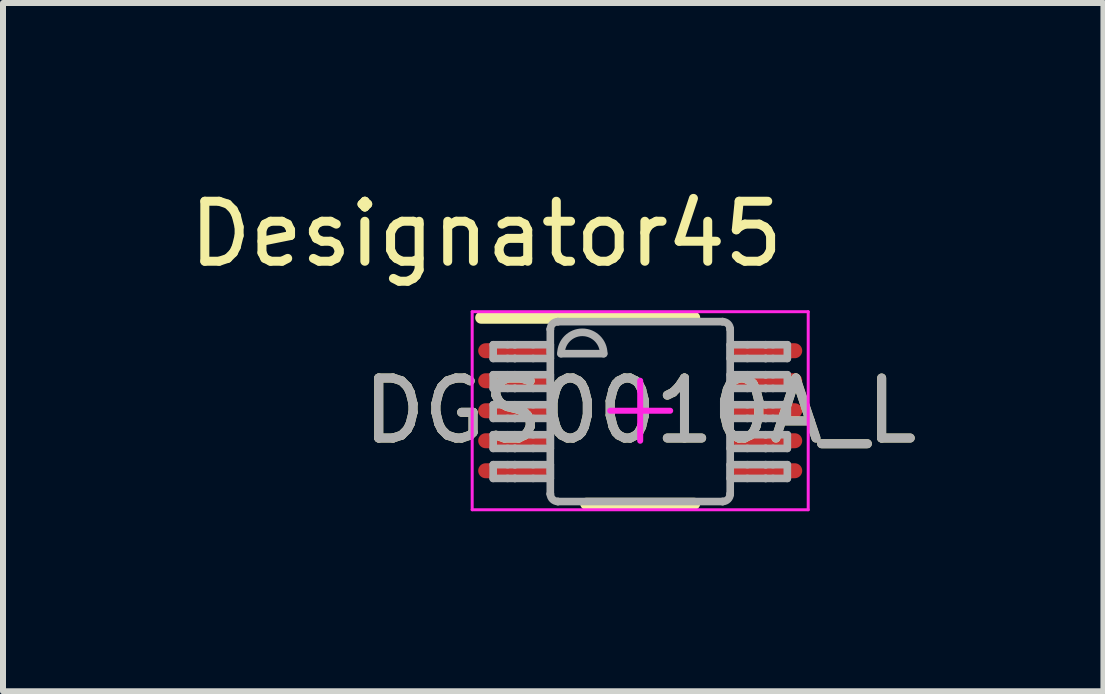
<source format=kicad_pcb>
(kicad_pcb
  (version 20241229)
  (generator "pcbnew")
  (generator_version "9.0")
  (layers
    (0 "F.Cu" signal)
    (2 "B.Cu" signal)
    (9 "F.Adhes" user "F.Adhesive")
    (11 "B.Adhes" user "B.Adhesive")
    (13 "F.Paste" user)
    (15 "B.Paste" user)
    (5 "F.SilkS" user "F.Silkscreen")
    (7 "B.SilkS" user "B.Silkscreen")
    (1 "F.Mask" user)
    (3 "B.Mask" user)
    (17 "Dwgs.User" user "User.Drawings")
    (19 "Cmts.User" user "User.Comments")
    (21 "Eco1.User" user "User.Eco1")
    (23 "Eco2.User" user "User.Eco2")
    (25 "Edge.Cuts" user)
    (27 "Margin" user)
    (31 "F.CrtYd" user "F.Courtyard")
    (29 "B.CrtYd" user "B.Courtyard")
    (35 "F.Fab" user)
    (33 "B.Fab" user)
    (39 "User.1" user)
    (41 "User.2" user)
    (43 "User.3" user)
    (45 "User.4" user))
  (footprint "DGS0010A_L"
    (layer "F.Cu")
    (at 7.619 3.795)
    (property "Reference" "DGS0010A_L" (at 0 0 0) (unlocked yes) (layer "F.SilkS") (effects (font (size 1 1) (thickness 0.15))))
    (attr smd)
    (fp_line (start -2.65 -1.55) (end 0.9 -1.55) (stroke (width 0.2) (type solid)) (layer "F.SilkS"))
    (fp_line (start -0.9 1.55) (end 0.9 1.55) (stroke (width 0.2) (type solid)) (layer "F.SilkS"))
    (fp_line (start -2.8 -1.65) (end 2.8 -1.65) (stroke (width 0.05) (type solid)) (layer "F.CrtYd"))
    (fp_line (start -2.8 1.65) (end -2.8 -1.65) (stroke (width 0.05) (type solid)) (layer "F.CrtYd"))
    (fp_line (start -2.8 1.65) (end 2.8 1.65) (stroke (width 0.05) (type solid)) (layer "F.CrtYd"))
    (fp_line (start -0.5 0.000003) (end 0.5 0.000003) (stroke (width 0.1) (type solid)) (layer "F.CrtYd"))
    (fp_line (start 0 0.5) (end 0 -0.5) (stroke (width 0.1) (type solid)) (layer "F.CrtYd"))
    (fp_line (start 2.8 1.65) (end 2.8 -1.65) (stroke (width 0.05) (type solid)) (layer "F.CrtYd"))
    (fp_line (start -2.45 -1.1) (end -2.21 -1.1) (stroke (width 0.127) (type solid)) (layer "F.Fab"))
    (fp_line (start -2.45 -0.871) (end -2.45 -1.1) (stroke (width 0.127) (type solid)) (layer "F.Fab"))
    (fp_line (start -2.45 -0.871) (end -2.21 -0.871) (stroke (width 0.127) (type solid)) (layer "F.Fab"))
    (fp_line (start -2.45 -0.6) (end -2.21 -0.6) (stroke (width 0.127) (type solid)) (layer "F.Fab"))
    (fp_line (start -2.45 -0.372) (end -2.45 -0.6) (stroke (width 0.127) (type solid)) (layer "F.Fab"))
    (fp_line (start -2.45 -0.372) (end -2.21 -0.372) (stroke (width 0.127) (type solid)) (layer "F.Fab"))
    (fp_line (start -2.45 -0.1) (end -2.21 -0.1) (stroke (width 0.127) (type solid)) (layer "F.Fab"))
    (fp_line (start -2.45 0.128) (end -2.45 -0.1) (stroke (width 0.127) (type solid)) (layer "F.Fab"))
    (fp_line (start -2.45 0.128) (end -2.21 0.128) (stroke (width 0.127) (type solid)) (layer "F.Fab"))
    (fp_line (start -2.45 0.4) (end -2.21 0.4) (stroke (width 0.127) (type solid)) (layer "F.Fab"))
    (fp_line (start -2.45 0.628) (end -2.45 0.4) (stroke (width 0.127) (type solid)) (layer "F.Fab"))
    (fp_line (start -2.45 0.628) (end -2.21 0.628) (stroke (width 0.127) (type solid)) (layer "F.Fab"))
    (fp_line (start -2.45 0.899) (end -2.21 0.899) (stroke (width 0.127) (type solid)) (layer "F.Fab"))
    (fp_line (start -2.45 1.128) (end -2.45 0.899) (stroke (width 0.127) (type solid)) (layer "F.Fab"))
    (fp_line (start -2.45 1.128) (end -2.21 1.128) (stroke (width 0.127) (type solid)) (layer "F.Fab"))
    (fp_line (start -2.21 -1.1) (end -2.09 -1.1) (stroke (width 0.127) (type solid)) (layer "F.Fab"))
    (fp_line (start -2.21 -0.871) (end -2.09 -0.871) (stroke (width 0.127) (type solid)) (layer "F.Fab"))
    (fp_line (start -2.21 -0.6) (end -2.09 -0.6) (stroke (width 0.127) (type solid)) (layer "F.Fab"))
    (fp_line (start -2.21 -0.372) (end -2.09 -0.372) (stroke (width 0.127) (type solid)) (layer "F.Fab"))
    (fp_line (start -2.21 -0.1) (end -2.09 -0.1) (stroke (width 0.127) (type solid)) (layer "F.Fab"))
    (fp_line (start -2.21 0.128) (end -2.09 0.128) (stroke (width 0.127) (type solid)) (layer "F.Fab"))
    (fp_line (start -2.21 0.4) (end -2.09 0.4) (stroke (width 0.127) (type solid)) (layer "F.Fab"))
    (fp_line (start -2.21 0.628) (end -2.09 0.628) (stroke (width 0.127) (type solid)) (layer "F.Fab"))
    (fp_line (start -2.21 0.899) (end -2.09 0.899) (stroke (width 0.127) (type solid)) (layer "F.Fab"))
    (fp_line (start -2.21 1.128) (end -2.09 1.128) (stroke (width 0.127) (type solid)) (layer "F.Fab"))
    (fp_line (start -2.09 -1.1) (end -2.087 -1.1) (stroke (width 0.127) (type solid)) (layer "F.Fab"))
    (fp_line (start -2.09 -0.871) (end -2.087 -0.871) (stroke (width 0.127) (type solid)) (layer "F.Fab"))
    (fp_line (start -2.09 -0.6) (end -2.087 -0.6) (stroke (width 0.127) (type solid)) (layer "F.Fab"))
    (fp_line (start -2.09 -0.372) (end -2.087 -0.372) (stroke (width 0.127) (type solid)) (layer "F.Fab"))
    (fp_line (start -2.09 -0.1) (end -2.087 -0.1) (stroke (width 0.127) (type solid)) (layer "F.Fab"))
    (fp_line (start -2.09 0.128) (end -2.087 0.128) (stroke (width 0.127) (type solid)) (layer "F.Fab"))
    (fp_line (start -2.09 0.4) (end -2.087 0.4) (stroke (width 0.127) (type solid)) (layer "F.Fab"))
    (fp_line (start -2.09 0.628) (end -2.087 0.628) (stroke (width 0.127) (type solid)) (layer "F.Fab"))
    (fp_line (start -2.09 0.899) (end -2.087 0.899) (stroke (width 0.127) (type solid)) (layer "F.Fab"))
    (fp_line (start -2.09 1.128) (end -2.087 1.128) (stroke (width 0.127) (type solid)) (layer "F.Fab"))
    (fp_line (start -2.087 -1.1) (end -1.784 -1.1) (stroke (width 0.127) (type solid)) (layer "F.Fab"))
    (fp_line (start -2.087 -0.871) (end -1.784 -0.871) (stroke (width 0.127) (type solid)) (layer "F.Fab"))
    (fp_line (start -2.087 -0.6) (end -1.784 -0.6) (stroke (width 0.127) (type solid)) (layer "F.Fab"))
    (fp_line (start -2.087 -0.372) (end -1.784 -0.372) (stroke (width 0.127) (type solid)) (layer "F.Fab"))
    (fp_line (start -2.087 -0.1) (end -1.784 -0.1) (stroke (width 0.127) (type solid)) (layer "F.Fab"))
    (fp_line (start -2.087 0.128) (end -1.784 0.128) (stroke (width 0.127) (type solid)) (layer "F.Fab"))
    (fp_line (start -2.087 0.4) (end -1.784 0.4) (stroke (width 0.127) (type solid)) (layer "F.Fab"))
    (fp_line (start -2.087 0.628) (end -1.784 0.628) (stroke (width 0.127) (type solid)) (layer "F.Fab"))
    (fp_line (start -2.087 0.899) (end -1.784 0.899) (stroke (width 0.127) (type solid)) (layer "F.Fab"))
    (fp_line (start -2.087 1.128) (end -1.784 1.128) (stroke (width 0.127) (type solid)) (layer "F.Fab"))
    (fp_line (start -1.784 -1.1) (end -1.498 -1.1) (stroke (width 0.127) (type solid)) (layer "F.Fab"))
    (fp_line (start -1.784 -0.871) (end -1.498 -0.871) (stroke (width 0.127) (type solid)) (layer "F.Fab"))
    (fp_line (start -1.784 -0.6) (end -1.498 -0.6) (stroke (width 0.127) (type solid)) (layer "F.Fab"))
    (fp_line (start -1.784 -0.372) (end -1.498 -0.372) (stroke (width 0.127) (type solid)) (layer "F.Fab"))
    (fp_line (start -1.784 -0.1) (end -1.498 -0.1) (stroke (width 0.127) (type solid)) (layer "F.Fab"))
    (fp_line (start -1.784 0.128) (end -1.498 0.128) (stroke (width 0.127) (type solid)) (layer "F.Fab"))
    (fp_line (start -1.784 0.4) (end -1.498 0.4) (stroke (width 0.127) (type solid)) (layer "F.Fab"))
    (fp_line (start -1.784 0.628) (end -1.498 0.628) (stroke (width 0.127) (type solid)) (layer "F.Fab"))
    (fp_line (start -1.784 0.899) (end -1.498 0.899) (stroke (width 0.127) (type solid)) (layer "F.Fab"))
    (fp_line (start -1.784 1.128) (end -1.498 1.128) (stroke (width 0.127) (type solid)) (layer "F.Fab"))
    (fp_line (start -1.498 -1.358) (end -1.497 -1.36) (stroke (width 0.127) (type solid)) (layer "F.Fab"))
    (fp_line (start -1.498 -0.871) (end -1.498 -1.1) (stroke (width 0.127) (type solid)) (layer "F.Fab"))
    (fp_line (start -1.498 -0.372) (end -1.498 -0.6) (stroke (width 0.127) (type solid)) (layer "F.Fab"))
    (fp_line (start -1.498 0.128) (end -1.498 -0.1) (stroke (width 0.127) (type solid)) (layer "F.Fab"))
    (fp_line (start -1.498 0.628) (end -1.498 0.4) (stroke (width 0.127) (type solid)) (layer "F.Fab"))
    (fp_line (start -1.498 1.128) (end -1.498 0.899) (stroke (width 0.127) (type solid)) (layer "F.Fab"))
    (fp_line (start -1.498 1.386) (end -1.498 -1.358) (stroke (width 0.127) (type solid)) (layer "F.Fab"))
    (fp_line (start -1.498 1.386) (end -1.497 1.388) (stroke (width 0.127) (type solid)) (layer "F.Fab"))
    (fp_line (start -1.373 -1.485) (end -1.371 -1.485) (stroke (width 0.127) (type solid)) (layer "F.Fab"))
    (fp_line (start -1.373 1.513) (end -1.371 1.513) (stroke (width 0.127) (type solid)) (layer "F.Fab"))
    (fp_line (start -1.371 -1.485) (end 1.373 -1.485) (stroke (width 0.127) (type solid)) (layer "F.Fab"))
    (fp_line (start -1.371 1.513) (end 1.373 1.513) (stroke (width 0.127) (type solid)) (layer "F.Fab"))
    (fp_line (start -1.32 -0.951) (end -0.609 -0.951) (stroke (width 0.127) (type solid)) (layer "F.Fab"))
    (fp_line (start 1.373 -1.485) (end 1.375 -1.485) (stroke (width 0.127) (type solid)) (layer "F.Fab"))
    (fp_line (start 1.373 1.513) (end 1.375 1.513) (stroke (width 0.127) (type solid)) (layer "F.Fab"))
    (fp_line (start 1.5 -1.36) (end 1.5 -1.358) (stroke (width 0.127) (type solid)) (layer "F.Fab"))
    (fp_line (start 1.5 1.388) (end 1.5 1.386) (stroke (width 0.127) (type solid)) (layer "F.Fab"))
    (fp_line (start 1.5 -1.1) (end 1.786 -1.1) (stroke (width 0.127) (type solid)) (layer "F.Fab"))
    (fp_line (start 1.5 -0.871) (end 1.5 -1.1) (stroke (width 0.127) (type solid)) (layer "F.Fab"))
    (fp_line (start 1.5 -0.871) (end 1.786 -0.871) (stroke (width 0.127) (type solid)) (layer "F.Fab"))
    (fp_line (start 1.5 -0.6) (end 1.786 -0.6) (stroke (width 0.127) (type solid)) (layer "F.Fab"))
    (fp_line (start 1.5 -0.372) (end 1.5 -0.6) (stroke (width 0.127) (type solid)) (layer "F.Fab"))
    (fp_line (start 1.5 -0.372) (end 1.786 -0.372) (stroke (width 0.127) (type solid)) (layer "F.Fab"))
    (fp_line (start 1.5 -0.1) (end 1.786 -0.1) (stroke (width 0.127) (type solid)) (layer "F.Fab"))
    (fp_line (start 1.5 0.128) (end 1.5 -0.1) (stroke (width 0.127) (type solid)) (layer "F.Fab"))
    (fp_line (start 1.5 0.128) (end 1.786 0.128) (stroke (width 0.127) (type solid)) (layer "F.Fab"))
    (fp_line (start 1.5 0.4) (end 1.786 0.4) (stroke (width 0.127) (type solid)) (layer "F.Fab"))
    (fp_line (start 1.5 0.628) (end 1.5 0.4) (stroke (width 0.127) (type solid)) (layer "F.Fab"))
    (fp_line (start 1.5 0.628) (end 1.786 0.628) (stroke (width 0.127) (type solid)) (layer "F.Fab"))
    (fp_line (start 1.5 0.899) (end 1.786 0.899) (stroke (width 0.127) (type solid)) (layer "F.Fab"))
    (fp_line (start 1.5 1.128) (end 1.5 0.899) (stroke (width 0.127) (type solid)) (layer "F.Fab"))
    (fp_line (start 1.5 1.128) (end 1.786 1.128) (stroke (width 0.127) (type solid)) (layer "F.Fab"))
    (fp_line (start 1.5 1.386) (end 1.5 -1.358) (stroke (width 0.127) (type solid)) (layer "F.Fab"))
    (fp_line (start 1.786 -1.1) (end 2.089 -1.1) (stroke (width 0.127) (type solid)) (layer "F.Fab"))
    (fp_line (start 1.786 -0.871) (end 2.089 -0.871) (stroke (width 0.127) (type solid)) (layer "F.Fab"))
    (fp_line (start 1.786 -0.6) (end 2.089 -0.6) (stroke (width 0.127) (type solid)) (layer "F.Fab"))
    (fp_line (start 1.786 -0.372) (end 2.089 -0.372) (stroke (width 0.127) (type solid)) (layer "F.Fab"))
    (fp_line (start 1.786 -0.1) (end 2.089 -0.1) (stroke (width 0.127) (type solid)) (layer "F.Fab"))
    (fp_line (start 1.786 0.128) (end 2.089 0.128) (stroke (width 0.127) (type solid)) (layer "F.Fab"))
    (fp_line (start 1.786 0.4) (end 2.089 0.4) (stroke (width 0.127) (type solid)) (layer "F.Fab"))
    (fp_line (start 1.786 0.628) (end 2.089 0.628) (stroke (width 0.127) (type solid)) (layer "F.Fab"))
    (fp_line (start 1.786 0.899) (end 2.089 0.899) (stroke (width 0.127) (type solid)) (layer "F.Fab"))
    (fp_line (start 1.786 1.128) (end 2.089 1.128) (stroke (width 0.127) (type solid)) (layer "F.Fab"))
    (fp_line (start 2.089 -1.1) (end 2.093 -1.1) (stroke (width 0.127) (type solid)) (layer "F.Fab"))
    (fp_line (start 2.089 -0.871) (end 2.093 -0.871) (stroke (width 0.127) (type solid)) (layer "F.Fab"))
    (fp_line (start 2.089 -0.6) (end 2.093 -0.6) (stroke (width 0.127) (type solid)) (layer "F.Fab"))
    (fp_line (start 2.089 -0.372) (end 2.093 -0.372) (stroke (width 0.127) (type solid)) (layer "F.Fab"))
    (fp_line (start 2.089 -0.1) (end 2.093 -0.1) (stroke (width 0.127) (type solid)) (layer "F.Fab"))
    (fp_line (start 2.089 0.128) (end 2.093 0.128) (stroke (width 0.127) (type solid)) (layer "F.Fab"))
    (fp_line (start 2.089 0.4) (end 2.093 0.4) (stroke (width 0.127) (type solid)) (layer "F.Fab"))
    (fp_line (start 2.089 0.628) (end 2.093 0.628) (stroke (width 0.127) (type solid)) (layer "F.Fab"))
    (fp_line (start 2.089 0.899) (end 2.093 0.899) (stroke (width 0.127) (type solid)) (layer "F.Fab"))
    (fp_line (start 2.089 1.128) (end 2.093 1.128) (stroke (width 0.127) (type solid)) (layer "F.Fab"))
    (fp_line (start 2.093 -1.1) (end 2.213 -1.1) (stroke (width 0.127) (type solid)) (layer "F.Fab"))
    (fp_line (start 2.093 -0.871) (end 2.213 -0.871) (stroke (width 0.127) (type solid)) (layer "F.Fab"))
    (fp_line (start 2.093 -0.6) (end 2.213 -0.6) (stroke (width 0.127) (type solid)) (layer "F.Fab"))
    (fp_line (start 2.093 -0.372) (end 2.213 -0.372) (stroke (width 0.127) (type solid)) (layer "F.Fab"))
    (fp_line (start 2.093 -0.1) (end 2.213 -0.1) (stroke (width 0.127) (type solid)) (layer "F.Fab"))
    (fp_line (start 2.093 0.128) (end 2.213 0.128) (stroke (width 0.127) (type solid)) (layer "F.Fab"))
    (fp_line (start 2.093 0.4) (end 2.213 0.4) (stroke (width 0.127) (type solid)) (layer "F.Fab"))
    (fp_line (start 2.093 0.628) (end 2.213 0.628) (stroke (width 0.127) (type solid)) (layer "F.Fab"))
    (fp_line (start 2.093 0.899) (end 2.213 0.899) (stroke (width 0.127) (type solid)) (layer "F.Fab"))
    (fp_line (start 2.093 1.128) (end 2.213 1.128) (stroke (width 0.127) (type solid)) (layer "F.Fab"))
    (fp_line (start 2.213 -1.1) (end 2.452 -1.1) (stroke (width 0.127) (type solid)) (layer "F.Fab"))
    (fp_line (start 2.213 -0.871) (end 2.452 -0.871) (stroke (width 0.127) (type solid)) (layer "F.Fab"))
    (fp_line (start 2.213 -0.6) (end 2.452 -0.6) (stroke (width 0.127) (type solid)) (layer "F.Fab"))
    (fp_line (start 2.213 -0.372) (end 2.452 -0.372) (stroke (width 0.127) (type solid)) (layer "F.Fab"))
    (fp_line (start 2.213 -0.1) (end 2.452 -0.1) (stroke (width 0.127) (type solid)) (layer "F.Fab"))
    (fp_line (start 2.213 0.128) (end 2.452 0.128) (stroke (width 0.127) (type solid)) (layer "F.Fab"))
    (fp_line (start 2.213 0.4) (end 2.452 0.4) (stroke (width 0.127) (type solid)) (layer "F.Fab"))
    (fp_line (start 2.213 0.628) (end 2.452 0.628) (stroke (width 0.127) (type solid)) (layer "F.Fab"))
    (fp_line (start 2.213 0.899) (end 2.452 0.899) (stroke (width 0.127) (type solid)) (layer "F.Fab"))
    (fp_line (start 2.213 1.128) (end 2.452 1.128) (stroke (width 0.127) (type solid)) (layer "F.Fab"))
    (fp_line (start 2.452 -0.871) (end 2.452 -1.1) (stroke (width 0.127) (type solid)) (layer "F.Fab"))
    (fp_line (start 2.452 -0.372) (end 2.452 -0.6) (stroke (width 0.127) (type solid)) (layer "F.Fab"))
    (fp_line (start 2.452 0.128) (end 2.452 -0.1) (stroke (width 0.127) (type solid)) (layer "F.Fab"))
    (fp_line (start 2.452 0.628) (end 2.452 0.4) (stroke (width 0.127) (type solid)) (layer "F.Fab"))
    (fp_line (start 2.452 1.128) (end 2.452 0.899) (stroke (width 0.127) (type solid)) (layer "F.Fab"))
    (fp_arc (start -1.49745 -1.360299) (mid -1.460293 -1.447356) (end -1.373243 -1.484531) (stroke (width 0.127) (type solid)) (layer "F.Fab"))
    (fp_arc (start -1.373243 1.512619) (mid -1.460293 1.475444) (end -1.49745 1.388386) (stroke (width 0.127) (type solid)) (layer "F.Fab"))
    (fp_arc (start -1.3197 -0.951156) (mid -0.9641 -1.306756) (end -0.6085 -0.951156) (stroke (width 0.127) (type solid)) (layer "F.Fab"))
    (fp_arc (start 1.375443 -1.484532) (mid 1.462505 -1.447362) (end 1.499675 -1.360299) (stroke (width 0.127) (type solid)) (layer "F.Fab"))
    (fp_arc (start 1.499675 1.388387) (mid 1.462505 1.475449) (end 1.375443 1.512619) (stroke (width 0.127) (type solid)) (layer "F.Fab"))
    (fp_text user "Designator45" (at -2.565 -2.946 0) (unlocked yes) (layer "F.SilkS") (effects (font (size 1 1) (thickness 0.15))))
    (fp_text user "${REFERENCE}" (at 0 0 0) (unlocked yes) (layer "F.Fab") (effects (font (size 1 1) (thickness 0.15))))
    (pad "1" smd oval (at -2.125 -1 90) (size 0.25 1.15) (layers "F.Cu" "F.Mask" "F.Paste"))
    (pad "2" smd oval (at -2.125 -0.5 90) (size 0.25 1.15) (layers "F.Cu" "F.Mask" "F.Paste"))
    (pad "3" smd oval (at -2.125 0 90) (size 0.25 1.15) (layers "F.Cu" "F.Mask" "F.Paste"))
    (pad "4" smd oval (at -2.125 0.5 90) (size 0.25 1.15) (layers "F.Cu" "F.Mask" "F.Paste"))
    (pad "5" smd oval (at -2.125 1 90) (size 0.25 1.15) (layers "F.Cu" "F.Mask" "F.Paste"))
    (pad "6" smd oval (at 2.125 1 90) (size 0.25 1.15) (layers "F.Cu" "F.Mask" "F.Paste"))
    (pad "7" smd oval (at 2.125 0.5 90) (size 0.25 1.15) (layers "F.Cu" "F.Mask" "F.Paste"))
    (pad "8" smd oval (at 2.125 0 90) (size 0.25 1.15) (layers "F.Cu" "F.Mask" "F.Paste"))
    (pad "9" smd oval (at 2.125 -0.5 90) (size 0.25 1.15) (layers "F.Cu" "F.Mask" "F.Paste"))
    (pad "10" smd oval (at 2.125 -1 90) (size 0.25 1.15) (layers "F.Cu" "F.Mask" "F.Paste")))
  (gr_rect
    (start -3 -3)
    (end 15.339 8.47)
    (stroke (width 0.1) (type default))
    (fill no)
    (layer "Edge.Cuts")))
</source>
